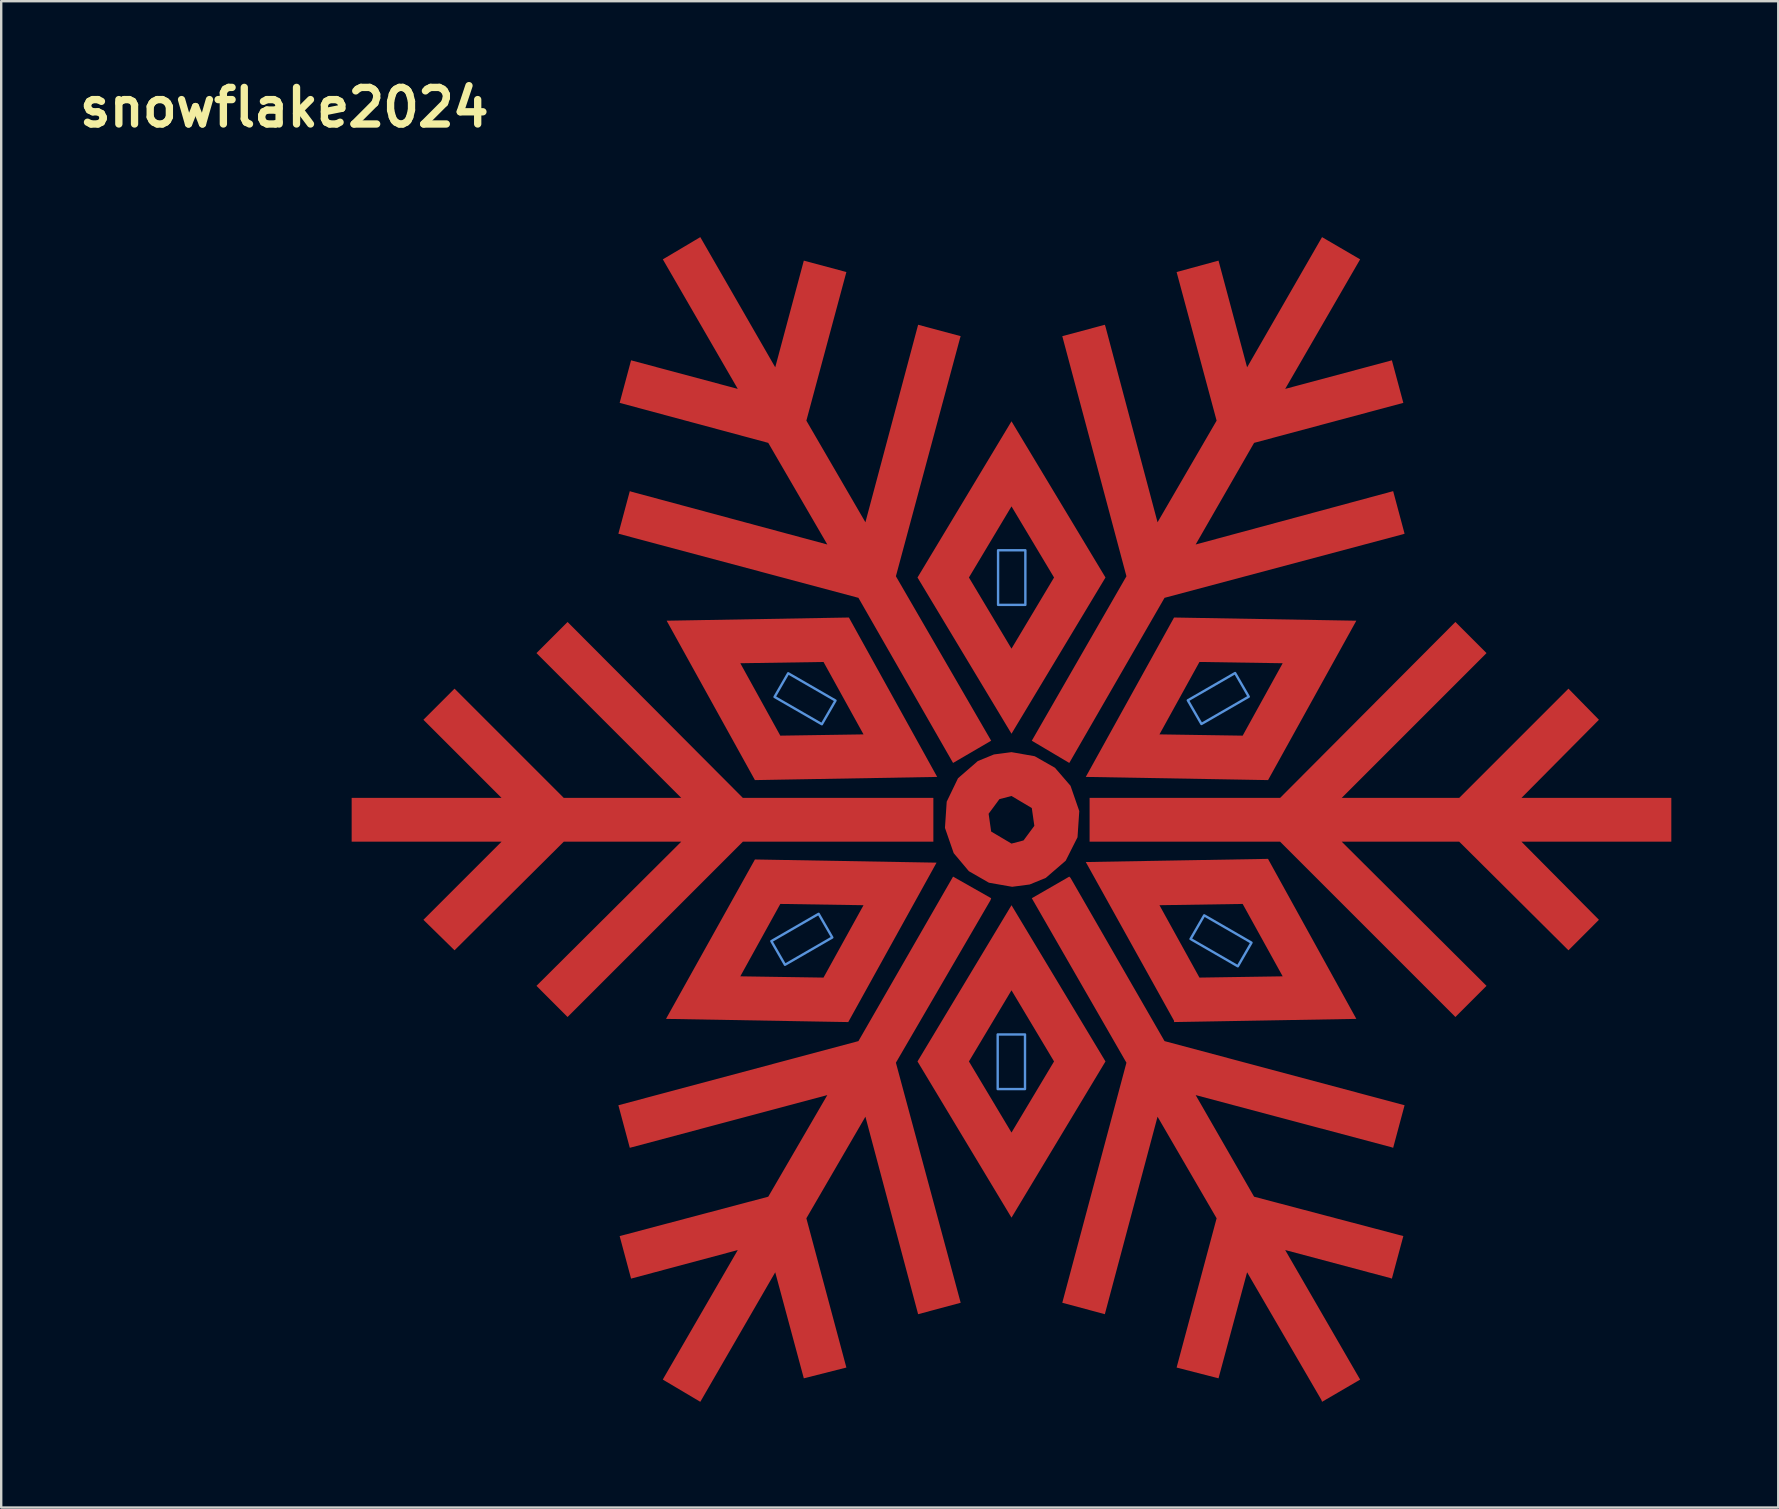
<source format=kicad_pcb>
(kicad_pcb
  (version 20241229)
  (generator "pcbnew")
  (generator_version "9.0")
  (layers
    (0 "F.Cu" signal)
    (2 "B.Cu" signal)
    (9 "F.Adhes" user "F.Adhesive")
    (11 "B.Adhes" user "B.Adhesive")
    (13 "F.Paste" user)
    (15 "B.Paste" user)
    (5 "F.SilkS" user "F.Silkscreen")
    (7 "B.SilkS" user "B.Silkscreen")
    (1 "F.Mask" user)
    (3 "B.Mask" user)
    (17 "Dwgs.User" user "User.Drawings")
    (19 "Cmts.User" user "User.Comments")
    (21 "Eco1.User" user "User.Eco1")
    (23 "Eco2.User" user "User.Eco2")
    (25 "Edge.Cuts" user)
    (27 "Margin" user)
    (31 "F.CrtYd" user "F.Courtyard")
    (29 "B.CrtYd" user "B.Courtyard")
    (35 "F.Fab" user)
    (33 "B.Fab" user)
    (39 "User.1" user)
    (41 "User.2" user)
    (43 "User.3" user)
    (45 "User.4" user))
  (footprint "snowflake2024"
    (layer "F.Cu")
    (at 8.796 4.474)
    (property "Reference" "snowflake2024" (at 0 -3.048 0) (layer "F.SilkS") (effects (font (size 1.524 1.524) (thickness 0.305))))
    (attr exclude_from_pos_files exclude_from_bom)
    (fp_poly (pts (xy 30.295 23.045) (xy 30.295 19.5) (xy 28.522 16.536) (xy 30.295 13.573) (xy 32.068 16.536) (xy 30.295 19.5) (xy 30.295 23.045) (xy 34.211 16.536) (xy 30.295 10.028) (xy 26.379 16.536) (xy 30.295 23.045)) (stroke (width 0) (type solid)) (fill yes) (layer "F.Cu"))
    (fp_poly (pts (xy 30.295 30.189) (xy 26.379 36.698) (xy 30.295 43.206) (xy 30.295 39.661) (xy 28.522 36.698) (xy 30.295 33.734) (xy 32.068 36.698) (xy 30.295 39.661) (xy 30.295 43.206) (xy 34.211 36.698) (xy 30.295 30.189)) (stroke (width 0) (type solid)) (fill yes) (layer "F.Cu"))
    (fp_poly (pts (xy 19.606 24.977) (xy 20.664 24.958) (xy 20.664 23.125) (xy 18.997 20.108) (xy 22.463 20.055) (xy 24.13 23.072) (xy 20.664 23.125) (xy 20.664 24.958) (xy 27.199 24.844) (xy 23.521 18.203) (xy 15.928 18.336) (xy 19.606 24.977)) (stroke (width 0) (type solid)) (fill yes) (layer "F.Cu"))
    (fp_poly (pts (xy 40.984 24.977) (xy 44.662 18.336) (xy 37.068 18.203) (xy 33.39 24.844) (xy 39.926 24.958) (xy 39.926 23.125) (xy 36.46 23.072) (xy 38.126 20.055) (xy 41.593 20.108) (xy 39.926 23.125) (xy 39.926 24.958) (xy 40.984 24.977)) (stroke (width 0) (type solid)) (fill yes) (layer "F.Cu"))
    (fp_poly (pts (xy 19.606 28.284) (xy 15.901 34.925) (xy 22.463 35.04) (xy 22.463 33.205) (xy 18.997 33.152) (xy 20.664 30.136) (xy 24.13 30.189) (xy 22.463 33.205) (xy 22.463 35.04) (xy 23.442 35.057) (xy 23.495 35.057) (xy 27.173 28.416) (xy 19.632 28.284) (xy 19.606 28.284)) (stroke (width 0) (type solid)) (fill yes) (layer "F.Cu"))
    (fp_poly (pts (xy 37.068 35.057) (xy 38.126 35.039) (xy 38.126 33.205) (xy 36.46 30.189) (xy 39.926 30.136) (xy 41.593 33.152) (xy 38.126 33.205) (xy 38.126 35.039) (xy 44.662 34.925) (xy 41.01 28.31) (xy 40.984 28.258) (xy 33.39 28.39) (xy 37.068 35.004) (xy 37.068 35.057)) (stroke (width 0) (type solid)) (fill yes) (layer "F.Cu"))
    (fp_poly (pts (xy 7.091 32.068) (xy 11.642 27.543) (xy 16.536 27.543) (xy 10.504 33.549) (xy 11.8 34.846) (xy 19.103 27.543) (xy 27.04 27.543) (xy 27.04 25.718) (xy 19.103 25.718) (xy 11.8 18.389) (xy 10.504 19.685) (xy 16.536 25.718) (xy 11.642 25.718) (xy 7.091 21.167) (xy 5.794 22.463) (xy 9.049 25.718) (xy 2.805 25.718) (xy 2.805 27.543) (xy 9.049 27.543) (xy 5.794 30.797) (xy 7.091 32.068)) (stroke (width 0) (type solid)) (fill yes) (layer "F.Cu"))
    (fp_poly (pts (xy 44.053 27.543) (xy 48.948 27.543) (xy 53.499 32.068) (xy 54.769 30.797) (xy 51.541 27.543) (xy 57.785 27.543) (xy 57.785 25.718) (xy 51.541 25.718) (xy 54.769 22.463) (xy 53.499 21.167) (xy 48.948 25.718) (xy 44.053 25.718) (xy 50.086 19.685) (xy 48.789 18.389) (xy 41.487 25.718) (xy 33.549 25.718) (xy 33.549 27.543) (xy 41.487 27.543) (xy 48.789 34.846) (xy 50.086 33.549) (xy 44.053 27.543)) (stroke (width 0) (type solid)) (fill yes) (layer "F.Cu"))
    (fp_poly (pts (xy 15.769 49.953) (xy 17.33 50.879) (xy 20.452 45.482) (xy 21.643 49.9) (xy 23.416 49.451) (xy 21.749 43.233) (xy 24.209 39) (xy 26.405 47.228) (xy 28.178 46.752) (xy 25.479 36.751) (xy 29.422 29.977) (xy 29.448 29.898) (xy 27.861 28.998) (xy 23.918 35.851) (xy 13.917 38.523) (xy 14.393 40.296) (xy 22.622 38.1) (xy 20.161 42.333) (xy 13.97 43.974) (xy 14.446 45.746) (xy 18.891 44.556) (xy 15.796 49.9) (xy 15.769 49.953)) (stroke (width 0) (type solid)) (fill yes) (layer "F.Cu"))
    (fp_poly (pts (xy 23.416 3.81) (xy 21.643 3.334) (xy 20.452 7.779) (xy 17.33 2.355) (xy 15.769 3.281) (xy 18.891 8.678) (xy 14.446 7.488) (xy 13.97 9.26) (xy 20.161 10.927) (xy 22.622 15.161) (xy 14.473 12.965) (xy 14.393 12.938) (xy 13.917 14.711) (xy 23.918 17.383) (xy 27.861 24.262) (xy 29.448 23.336) (xy 25.479 16.484) (xy 28.152 6.562) (xy 28.178 6.482) (xy 26.405 6.006) (xy 24.209 14.235) (xy 21.749 10.001) (xy 23.416 3.81)) (stroke (width 0) (type solid)) (fill yes) (layer "F.Cu"))
    (fp_poly (pts (xy 43.233 2.355) (xy 40.111 7.779) (xy 38.92 3.334) (xy 37.174 3.81) (xy 38.841 10.001) (xy 36.38 14.235) (xy 34.211 6.085) (xy 34.184 6.006) (xy 32.411 6.482) (xy 35.084 16.484) (xy 31.141 23.336) (xy 32.703 24.262) (xy 36.671 17.383) (xy 46.593 14.737) (xy 46.672 14.711) (xy 46.196 12.938) (xy 37.968 15.161) (xy 40.402 10.927) (xy 46.62 9.26) (xy 46.143 7.488) (xy 41.698 8.678) (xy 44.82 3.281) (xy 43.233 2.355)) (stroke (width 0) (type solid)) (fill yes) (layer "F.Cu"))
    (fp_poly (pts (xy 36.38 39) (xy 38.841 43.233) (xy 37.174 49.451) (xy 38.92 49.9) (xy 40.111 45.482) (xy 43.206 50.8) (xy 43.233 50.879) (xy 44.82 49.953) (xy 41.698 44.556) (xy 46.064 45.72) (xy 46.143 45.746) (xy 46.62 43.974) (xy 40.402 42.333) (xy 37.968 38.1) (xy 46.117 40.27) (xy 46.196 40.296) (xy 46.672 38.523) (xy 36.671 35.851) (xy 32.755 29.051) (xy 32.703 28.998) (xy 31.141 29.898) (xy 35.084 36.751) (xy 32.411 46.752) (xy 34.184 47.228) (xy 36.38 39)) (stroke (width 0) (type solid)) (fill yes) (layer "F.Cu"))
    (fp_poly (pts (xy 30.295 23.812) (xy 29.564 23.908) (xy 28.892 24.183) (xy 28.066 24.901) (xy 27.596 25.876) (xy 27.523 26.968) (xy 27.887 28.019) (xy 28.518 28.771) (xy 29.355 29.252) (xy 30.295 29.417) (xy 30.295 27.622) (xy 29.448 27.12) (xy 29.342 26.379) (xy 29.792 25.77) (xy 30.295 25.638) (xy 31.141 26.141) (xy 31.247 26.882) (xy 30.797 27.49) (xy 30.295 27.622) (xy 30.295 29.417) (xy 30.321 29.422) (xy 31.052 29.326) (xy 31.724 29.051) (xy 32.554 28.334) (xy 33.046 27.358) (xy 33.119 26.267) (xy 32.755 25.215) (xy 32.106 24.463) (xy 31.262 23.982) (xy 30.295 23.812)) (stroke (width 0) (type solid)) (fill yes) (layer "F.Cu"))
    (fp_poly (pts (xy 30.295 23.045) (xy 30.295 19.5) (xy 28.522 16.536) (xy 30.295 13.573) (xy 32.068 16.536) (xy 30.295 19.5) (xy 30.295 23.045) (xy 34.211 16.536) (xy 30.295 10.028) (xy 26.379 16.536) (xy 30.295 23.045)) (stroke (width 0) (type solid)) (fill yes) (layer "F.Mask"))
    (fp_poly (pts (xy 30.295 30.189) (xy 26.379 36.698) (xy 30.295 43.206) (xy 30.295 39.661) (xy 28.522 36.698) (xy 30.295 33.734) (xy 32.068 36.698) (xy 30.295 39.661) (xy 30.295 43.206) (xy 34.211 36.698) (xy 30.295 30.189)) (stroke (width 0) (type solid)) (fill yes) (layer "F.Mask"))
    (fp_poly (pts (xy 19.606 24.977) (xy 20.664 24.958) (xy 20.664 23.125) (xy 18.997 20.108) (xy 22.463 20.055) (xy 24.13 23.072) (xy 20.664 23.125) (xy 20.664 24.958) (xy 27.199 24.844) (xy 23.521 18.203) (xy 15.928 18.336) (xy 19.606 24.977)) (stroke (width 0) (type solid)) (fill yes) (layer "F.Mask"))
    (fp_poly (pts (xy 40.984 24.977) (xy 44.662 18.336) (xy 37.068 18.203) (xy 33.39 24.844) (xy 39.926 24.958) (xy 39.926 23.125) (xy 36.46 23.072) (xy 38.126 20.055) (xy 41.593 20.108) (xy 39.926 23.125) (xy 39.926 24.958) (xy 40.984 24.977)) (stroke (width 0) (type solid)) (fill yes) (layer "F.Mask"))
    (fp_poly (pts (xy 19.606 28.284) (xy 15.901 34.925) (xy 22.463 35.04) (xy 22.463 33.205) (xy 18.997 33.152) (xy 20.664 30.136) (xy 24.13 30.189) (xy 22.463 33.205) (xy 22.463 35.04) (xy 23.442 35.057) (xy 23.495 35.057) (xy 27.173 28.416) (xy 19.632 28.284) (xy 19.606 28.284)) (stroke (width 0) (type solid)) (fill yes) (layer "F.Mask"))
    (fp_poly (pts (xy 37.068 35.057) (xy 38.126 35.039) (xy 38.126 33.205) (xy 36.46 30.189) (xy 39.926 30.136) (xy 41.593 33.152) (xy 38.126 33.205) (xy 38.126 35.039) (xy 44.662 34.925) (xy 41.01 28.31) (xy 40.984 28.258) (xy 33.39 28.39) (xy 37.068 35.004) (xy 37.068 35.057)) (stroke (width 0) (type solid)) (fill yes) (layer "F.Mask"))
    (fp_poly (pts (xy 2.805 25.718) (xy 2.805 27.543) (xy 9.049 27.543) (xy 5.794 30.797) (xy 7.091 32.068) (xy 11.642 27.543) (xy 16.536 27.543) (xy 10.504 33.549) (xy 11.8 34.846) (xy 19.103 27.543) (xy 27.04 27.543) (xy 27.04 25.718) (xy 19.103 25.718) (xy 11.8 18.389) (xy 10.504 19.685) (xy 16.536 25.718) (xy 11.642 25.718) (xy 7.091 21.167) (xy 5.794 22.463) (xy 9.049 25.718) (xy 2.805 25.718)) (stroke (width 0) (type solid)) (fill yes) (layer "F.Mask"))
    (fp_poly (pts (xy 33.549 27.543) (xy 41.487 27.543) (xy 48.789 34.846) (xy 50.086 33.549) (xy 44.053 27.543) (xy 48.948 27.543) (xy 53.499 32.068) (xy 54.769 30.797) (xy 51.541 27.543) (xy 57.785 27.543) (xy 57.785 25.718) (xy 51.541 25.718) (xy 54.769 22.463) (xy 53.499 21.167) (xy 48.948 25.718) (xy 44.053 25.718) (xy 50.086 19.685) (xy 48.789 18.389) (xy 41.487 25.718) (xy 33.549 25.718) (xy 33.549 27.543)) (stroke (width 0) (type solid)) (fill yes) (layer "F.Mask"))
    (fp_poly (pts (xy 13.97 43.974) (xy 14.446 45.746) (xy 18.891 44.556) (xy 15.796 49.9) (xy 15.769 49.953) (xy 17.33 50.879) (xy 20.452 45.482) (xy 21.643 49.9) (xy 23.416 49.451) (xy 21.749 43.233) (xy 24.209 39) (xy 26.405 47.228) (xy 28.178 46.752) (xy 25.479 36.751) (xy 29.422 29.977) (xy 29.448 29.898) (xy 27.861 28.998) (xy 23.918 35.851) (xy 13.917 38.523) (xy 14.393 40.296) (xy 22.622 38.1) (xy 20.161 42.333) (xy 13.97 43.974)) (stroke (width 0) (type solid)) (fill yes) (layer "F.Mask"))
    (fp_poly (pts (xy 28.178 6.482) (xy 26.405 6.006) (xy 24.209 14.235) (xy 21.749 10.001) (xy 23.416 3.81) (xy 21.643 3.334) (xy 20.452 7.779) (xy 17.33 2.355) (xy 15.769 3.281) (xy 18.891 8.678) (xy 14.446 7.488) (xy 13.97 9.26) (xy 20.161 10.927) (xy 22.622 15.161) (xy 14.473 12.965) (xy 14.393 12.938) (xy 13.917 14.711) (xy 23.918 17.383) (xy 27.861 24.262) (xy 29.448 23.336) (xy 25.479 16.484) (xy 28.152 6.562) (xy 28.178 6.482)) (stroke (width 0) (type solid)) (fill yes) (layer "F.Mask"))
    (fp_poly (pts (xy 46.62 9.26) (xy 46.143 7.488) (xy 41.698 8.678) (xy 44.82 3.281) (xy 43.233 2.355) (xy 40.111 7.779) (xy 38.92 3.334) (xy 37.174 3.81) (xy 38.841 10.001) (xy 36.38 14.235) (xy 34.211 6.085) (xy 34.184 6.006) (xy 32.411 6.482) (xy 35.084 16.484) (xy 31.141 23.336) (xy 32.703 24.262) (xy 36.671 17.383) (xy 46.593 14.737) (xy 46.672 14.711) (xy 46.196 12.938) (xy 37.968 15.161) (xy 40.402 10.927) (xy 46.62 9.26)) (stroke (width 0) (type solid)) (fill yes) (layer "F.Mask"))
    (fp_poly (pts (xy 31.141 29.898) (xy 35.084 36.751) (xy 32.411 46.752) (xy 34.184 47.228) (xy 36.38 39) (xy 38.841 43.233) (xy 37.174 49.451) (xy 38.92 49.9) (xy 40.111 45.482) (xy 43.206 50.8) (xy 43.233 50.879) (xy 44.82 49.953) (xy 41.698 44.556) (xy 46.064 45.72) (xy 46.143 45.746) (xy 46.62 43.974) (xy 40.402 42.333) (xy 37.968 38.1) (xy 46.117 40.27) (xy 46.196 40.296) (xy 46.672 38.523) (xy 36.671 35.851) (xy 32.755 29.051) (xy 32.703 28.998) (xy 31.141 29.898)) (stroke (width 0) (type solid)) (fill yes) (layer "F.Mask"))
    (fp_poly (pts (xy 30.295 23.812) (xy 29.564 23.908) (xy 28.892 24.183) (xy 28.066 24.901) (xy 27.596 25.876) (xy 27.523 26.968) (xy 27.887 28.019) (xy 28.518 28.771) (xy 29.355 29.252) (xy 30.295 29.417) (xy 30.295 27.622) (xy 29.448 27.12) (xy 29.342 26.379) (xy 29.792 25.77) (xy 30.295 25.638) (xy 31.141 26.141) (xy 31.247 26.882) (xy 30.797 27.49) (xy 30.295 27.622) (xy 30.295 29.417) (xy 30.321 29.422) (xy 31.052 29.326) (xy 31.724 29.051) (xy 32.554 28.334) (xy 33.046 27.358) (xy 33.119 26.267) (xy 32.755 25.215) (xy 32.106 24.463) (xy 31.262 23.982) (xy 30.295 23.812)) (stroke (width 0) (type solid)) (fill yes) (layer "F.Mask"))
    (fp_poly (pts (xy 22.394 22.649) (xy 22.963 21.664) (xy 20.992 20.526) (xy 20.423 21.511) (xy 22.394 22.649)) (stroke (width 0.1) (type solid)) (fill no) (layer "Cmts.User"))
    (fp_poly (pts (xy 22.829 31.533) (xy 22.26 30.548) (xy 20.29 31.686) (xy 20.858 32.671) (xy 22.829 31.533)) (stroke (width 0.1) (type solid)) (fill no) (layer "Cmts.User"))
    (fp_poly (pts (xy 30.858 35.573) (xy 29.72 35.573) (xy 29.72 37.849) (xy 30.858 37.849) (xy 30.858 35.573)) (stroke (width 0.1) (type solid)) (fill no) (layer "Cmts.User"))
    (fp_poly (pts (xy 30.873 15.401) (xy 29.736 15.401) (xy 29.736 17.676) (xy 30.873 17.676) (xy 30.873 15.401)) (stroke (width 0.1) (type solid)) (fill no) (layer "Cmts.User"))
    (fp_poly (pts (xy 39.725 32.734) (xy 40.294 31.749) (xy 38.324 30.611) (xy 37.755 31.596) (xy 39.725 32.734)) (stroke (width 0.1) (type solid)) (fill no) (layer "Cmts.User"))
    (fp_poly (pts (xy 40.18 21.501) (xy 39.611 20.516) (xy 37.641 21.654) (xy 38.209 22.639) (xy 40.18 21.501)) (stroke (width 0.1) (type solid)) (fill no) (layer "Cmts.User"))
    (fp_poly (pts (xy 59.214 27.834) (xy 48.63 37.2) (xy 45.799 51.065) (xy 44.741 51.683) (xy 43.683 52.282) (xy 30.268 47.81) (xy 16.854 52.282) (xy 15.796 51.663) (xy 14.737 51.065) (xy 11.906 37.227) (xy 1.323 27.861) (xy 1.323 26.644) (xy 1.323 25.426) (xy 11.906 16.06) (xy 14.764 2.196) (xy 15.822 1.578) (xy 16.88 0.979) (xy 30.295 5.45) (xy 43.709 0.979) (xy 44.767 1.597) (xy 45.826 2.196) (xy 48.657 16.034) (xy 59.24 25.4) (xy 59.217 26.617) (xy 59.214 27.834)) (stroke (width 0.00001) (type solid)) (fill no) (layer "Edge.Cuts")))
  (gr_rect
    (start -3 -3)
    (end 71.036 59.756)
    (stroke (width 0.1) (type default))
    (fill no)
    (layer "Edge.Cuts")))
</source>
